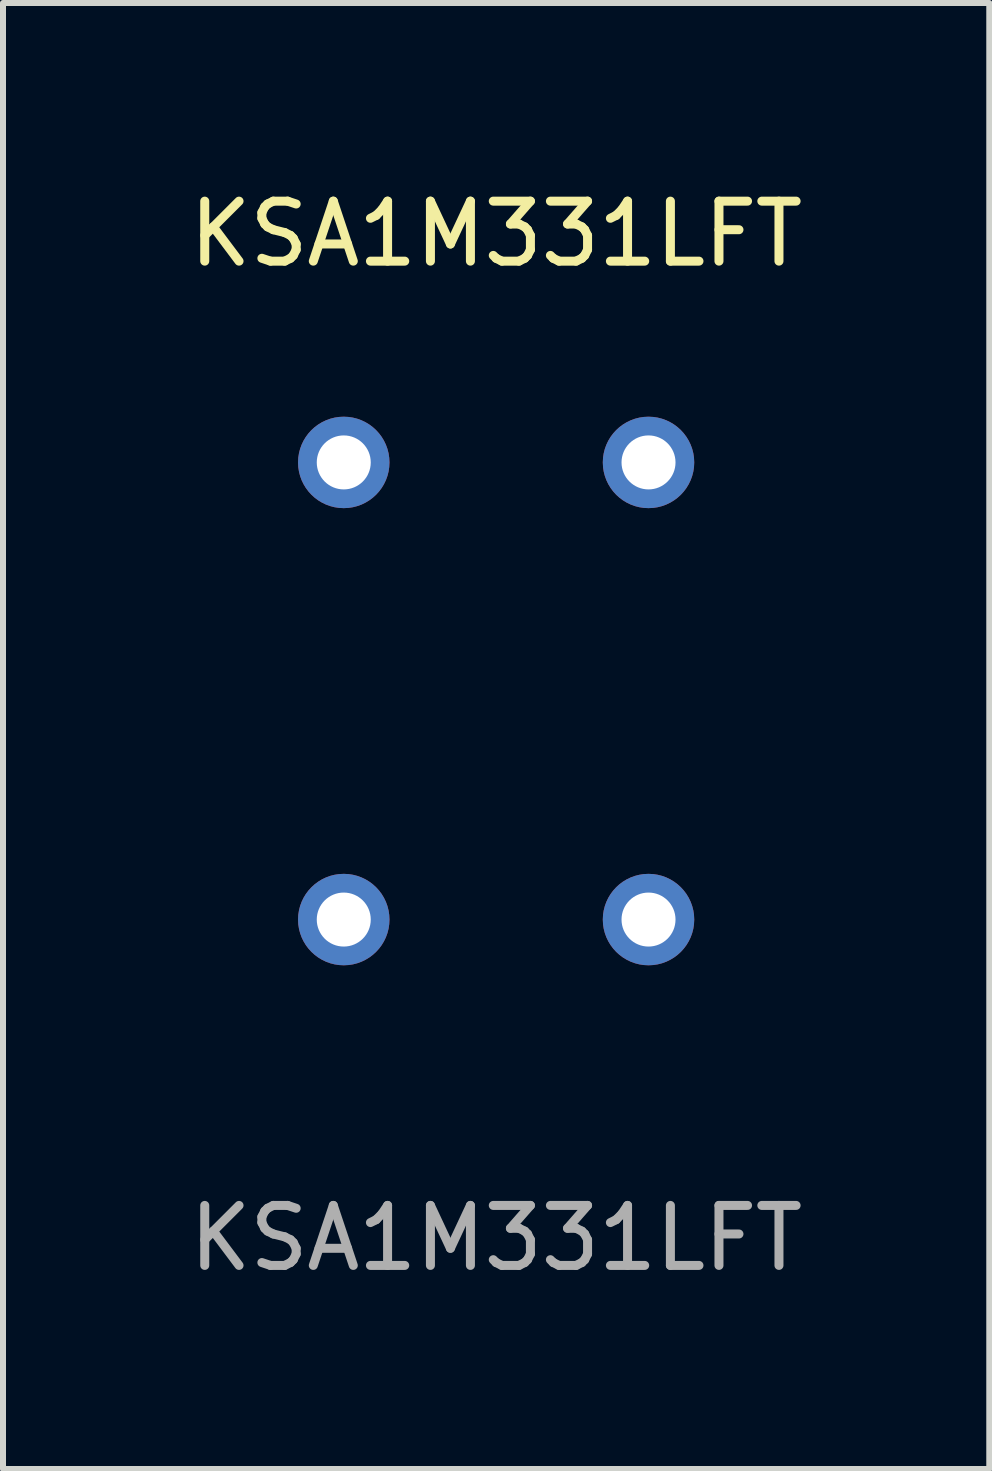
<source format=kicad_pcb>
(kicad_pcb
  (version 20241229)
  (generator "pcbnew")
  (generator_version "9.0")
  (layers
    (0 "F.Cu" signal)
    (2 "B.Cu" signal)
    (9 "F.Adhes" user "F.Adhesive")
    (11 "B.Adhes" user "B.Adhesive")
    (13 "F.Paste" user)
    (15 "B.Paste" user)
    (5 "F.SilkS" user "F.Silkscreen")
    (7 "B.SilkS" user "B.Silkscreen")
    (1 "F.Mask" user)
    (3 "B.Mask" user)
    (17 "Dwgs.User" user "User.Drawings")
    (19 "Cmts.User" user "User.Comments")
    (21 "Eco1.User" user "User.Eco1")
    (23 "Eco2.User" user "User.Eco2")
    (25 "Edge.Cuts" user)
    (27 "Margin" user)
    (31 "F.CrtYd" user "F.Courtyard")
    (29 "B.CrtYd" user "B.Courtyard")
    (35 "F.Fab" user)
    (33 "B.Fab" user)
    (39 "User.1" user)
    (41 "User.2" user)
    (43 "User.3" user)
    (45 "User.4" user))
  (footprint "KSA1M331LFT"
    (layer "F.Cu")
    (at 5.22 8.468)
    (property "Reference" "KSA1M331LFT" (at 0 -7.62 0) (unlocked yes) (layer "F.SilkS") (effects (font (size 1 1) (thickness 0.15))))
    (attr through_hole)
    (fp_line (start -2.8 -4.75) (end 2.8 -4.75) (stroke (width 0.12) (type solid)) (layer "Eco1.User"))
    (fp_line (start -2.8 4.75) (end -2.8 -4.75) (stroke (width 0.12) (type solid)) (layer "Eco1.User"))
    (fp_line (start -2.3 2.151) (end -2.3 -2.2) (stroke (width 0.12) (type solid)) (layer "Eco1.User"))
    (fp_line (start -2.3 2.175) (end -2.3 0) (stroke (width 0.12) (type solid)) (layer "Eco1.User"))
    (fp_line (start 2.3 -2.2) (end 2.3 2.2) (stroke (width 0.12) (type solid)) (layer "Eco1.User"))
    (fp_line (start 2.8 -4.75) (end 2.8 4.75) (stroke (width 0.12) (type solid)) (layer "Eco1.User"))
    (fp_line (start 2.8 4.75) (end -2.8 4.75) (stroke (width 0.12) (type solid)) (layer "Eco1.User"))
    (fp_arc (start -2.3 -2.17525) (mid -1.618369 -3.758105) (end 0 -4.3505) (stroke (width 0.12) (type solid)) (layer "Eco1.User"))
    (fp_arc (start 0 -4.3505) (mid 1.574377 -3.729129) (end 2.3 -2.2) (stroke (width 0.12) (type solid)) (layer "Eco1.User"))
    (fp_arc (start 0 4.3505) (mid -1.582855 3.720554) (end -2.3 2.17525) (stroke (width 0.12) (type solid)) (layer "Eco1.User"))
    (fp_arc (start 2.3 2.2) (mid 1.616684 3.774377) (end 0 4.3505) (stroke (width 0.12) (type solid)) (layer "Eco1.User"))
    (fp_line (start -4 -5.95) (end 4 -5.95) (stroke (width 0.12) (type solid)) (layer "Eco2.User"))
    (fp_line (start -4 0) (end -4 -5.95) (stroke (width 0.12) (type solid)) (layer "Eco2.User"))
    (fp_line (start -4 5.95) (end -4 0) (stroke (width 0.12) (type solid)) (layer "Eco2.User"))
    (fp_line (start -3.65 -3.7) (end 3.65 -3.7) (stroke (width 0.12) (type solid)) (layer "Eco2.User"))
    (fp_line (start -3.65 3.7) (end -3.65 -3.7) (stroke (width 0.12) (type solid)) (layer "Eco2.User"))
    (fp_line (start 3.65 -3.7) (end 3.65 3.7) (stroke (width 0.12) (type solid)) (layer "Eco2.User"))
    (fp_line (start 3.65 3.7) (end -3.65 3.7) (stroke (width 0.12) (type solid)) (layer "Eco2.User"))
    (fp_line (start 4 -5.95) (end 4 5.95) (stroke (width 0.12) (type solid)) (layer "Eco2.User"))
    (fp_line (start 4 5.95) (end -4 5.95) (stroke (width 0.12) (type solid)) (layer "Eco2.User"))
    (fp_text user "${REFERENCE}" (at 0 9.12 0) (unlocked yes) (layer "F.Fab") (effects (font (size 1 1) (thickness 0.15))))
    (pad "1" thru_hole circle (at -2.54 -3.81) (size 1.524 1.524) (drill 0.9) (layers "*.Cu" "*.Mask"))
    (pad "1" thru_hole circle (at -2.54 3.81) (size 1.524 1.524) (drill 0.9) (layers "*.Cu" "*.Mask"))
    (pad "2" thru_hole circle (at 2.54 -3.81) (size 1.524 1.524) (drill 0.9) (layers "*.Cu" "*.Mask"))
    (pad "2" thru_hole circle (at 2.54 3.81) (size 1.524 1.524) (drill 0.9) (layers "*.Cu" "*.Mask")))
  (gr_rect
    (start -3 -3)
    (end 13.44 21.436)
    (stroke (width 0.1) (type default))
    (fill no)
    (layer "Edge.Cuts")))
</source>
